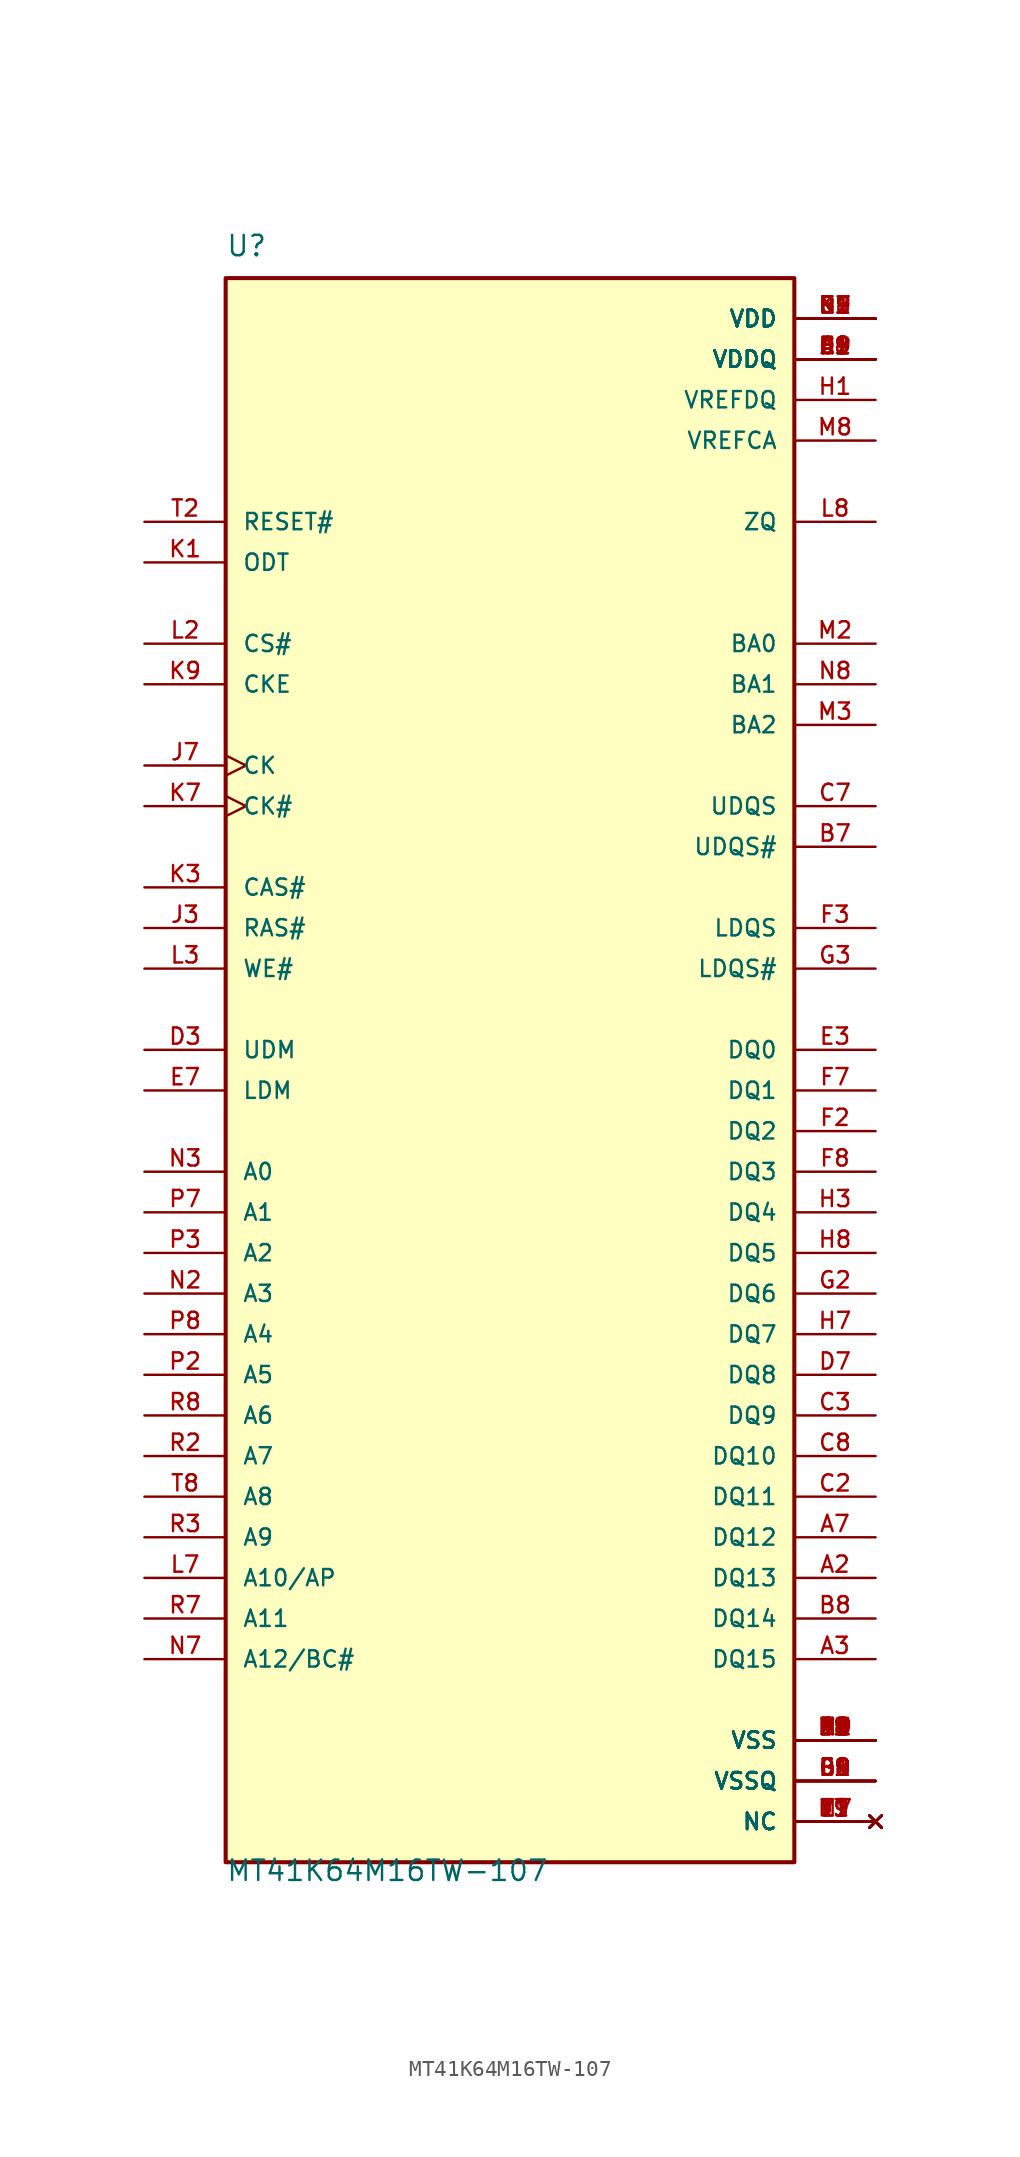
<source format=kicad_sym>
(kicad_symbol_lib
  (version 20220914)
  (generator kicad_symbol_editor)
  (symbol "MT41K64M16TW-107"
    (pin_names
      (offset 1.016))
    (property "Reference" "U"
      (at -17.78 52.07 0)
      (effects (font (size 1.27 1.27)) (justify left bottom)))
    (property "Value" "MT41K64M16TW-107"
      (at -17.78 -49.53 0)
      (effects (font (size 1.27 1.27)) (justify left bottom)))
    (property "ki_locked" ""
      (at 0 0 0)
      (effects (font (size 1.27 1.27))))
    (symbol "MT41K64M16TW-107_0_0"
      (rectangle (start -17.78 -48.26) (end 17.78 50.8) (stroke (width 0.254) (type solid)) (fill (type background)))
      (pin power_in line (at 22.86 45.72 180) (length 5.08) (name "VDDQ" (effects (font (size 1.016 1.016)))) (number "A1" (effects (font (size 1.016 1.016)))))
      (pin bidirectional line (at 22.86 -30.48 180) (length 5.08) (name "DQ13" (effects (font (size 1.016 1.016)))) (number "A2" (effects (font (size 1.016 1.016)))))
      (pin bidirectional line (at 22.86 -35.56 180) (length 5.08) (name "DQ15" (effects (font (size 1.016 1.016)))) (number "A3" (effects (font (size 1.016 1.016)))))
      (pin bidirectional line (at 22.86 -27.94 180) (length 5.08) (name "DQ12" (effects (font (size 1.016 1.016)))) (number "A7" (effects (font (size 1.016 1.016)))))
      (pin power_in line (at 22.86 45.72 180) (length 5.08) (name "VDDQ" (effects (font (size 1.016 1.016)))) (number "A8" (effects (font (size 1.016 1.016)))))
      (pin power_in line (at 22.86 -40.64 180) (length 5.08) (name "VSS" (effects (font (size 1.016 1.016)))) (number "A9" (effects (font (size 1.016 1.016)))))
      (pin power_in line (at 22.86 -43.18 180) (length 5.08) (name "VSSQ" (effects (font (size 1.016 1.016)))) (number "B1" (effects (font (size 1.016 1.016)))))
      (pin power_in line (at 22.86 48.26 180) (length 5.08) (name "VDD" (effects (font (size 1.016 1.016)))) (number "B2" (effects (font (size 1.016 1.016)))))
      (pin power_in line (at 22.86 -40.64 180) (length 5.08) (name "VSS" (effects (font (size 1.016 1.016)))) (number "B3" (effects (font (size 1.016 1.016)))))
      (pin bidirectional line (at 22.86 15.24 180) (length 5.08) (name "UDQS#" (effects (font (size 1.016 1.016)))) (number "B7" (effects (font (size 1.016 1.016)))))
      (pin bidirectional line (at 22.86 -33.02 180) (length 5.08) (name "DQ14" (effects (font (size 1.016 1.016)))) (number "B8" (effects (font (size 1.016 1.016)))))
      (pin power_in line (at 22.86 -43.18 180) (length 5.08) (name "VSSQ" (effects (font (size 1.016 1.016)))) (number "B9" (effects (font (size 1.016 1.016)))))
      (pin power_in line (at 22.86 45.72 180) (length 5.08) (name "VDDQ" (effects (font (size 1.016 1.016)))) (number "C1" (effects (font (size 1.016 1.016)))))
      (pin bidirectional line (at 22.86 -25.4 180) (length 5.08) (name "DQ11" (effects (font (size 1.016 1.016)))) (number "C2" (effects (font (size 1.016 1.016)))))
      (pin bidirectional line (at 22.86 -20.32 180) (length 5.08) (name "DQ9" (effects (font (size 1.016 1.016)))) (number "C3" (effects (font (size 1.016 1.016)))))
      (pin bidirectional line (at 22.86 17.78 180) (length 5.08) (name "UDQS" (effects (font (size 1.016 1.016)))) (number "C7" (effects (font (size 1.016 1.016)))))
      (pin bidirectional line (at 22.86 -22.86 180) (length 5.08) (name "DQ10" (effects (font (size 1.016 1.016)))) (number "C8" (effects (font (size 1.016 1.016)))))
      (pin power_in line (at 22.86 45.72 180) (length 5.08) (name "VDDQ" (effects (font (size 1.016 1.016)))) (number "C9" (effects (font (size 1.016 1.016)))))
      (pin power_in line (at 22.86 -43.18 180) (length 5.08) (name "VSSQ" (effects (font (size 1.016 1.016)))) (number "D1" (effects (font (size 1.016 1.016)))))
      (pin power_in line (at 22.86 45.72 180) (length 5.08) (name "VDDQ" (effects (font (size 1.016 1.016)))) (number "D2" (effects (font (size 1.016 1.016)))))
      (pin input line (at -22.86 2.54 0) (length 5.08) (name "UDM" (effects (font (size 1.016 1.016)))) (number "D3" (effects (font (size 1.016 1.016)))))
      (pin bidirectional line (at 22.86 -17.78 180) (length 5.08) (name "DQ8" (effects (font (size 1.016 1.016)))) (number "D7" (effects (font (size 1.016 1.016)))))
      (pin power_in line (at 22.86 -43.18 180) (length 5.08) (name "VSSQ" (effects (font (size 1.016 1.016)))) (number "D8" (effects (font (size 1.016 1.016)))))
      (pin power_in line (at 22.86 48.26 180) (length 5.08) (name "VDD" (effects (font (size 1.016 1.016)))) (number "D9" (effects (font (size 1.016 1.016)))))
      (pin power_in line (at 22.86 -40.64 180) (length 5.08) (name "VSS" (effects (font (size 1.016 1.016)))) (number "E1" (effects (font (size 1.016 1.016)))))
      (pin power_in line (at 22.86 -43.18 180) (length 5.08) (name "VSSQ" (effects (font (size 1.016 1.016)))) (number "E2" (effects (font (size 1.016 1.016)))))
      (pin bidirectional line (at 22.86 2.54 180) (length 5.08) (name "DQ0" (effects (font (size 1.016 1.016)))) (number "E3" (effects (font (size 1.016 1.016)))))
      (pin input line (at -22.86 0 0) (length 5.08) (name "LDM" (effects (font (size 1.016 1.016)))) (number "E7" (effects (font (size 1.016 1.016)))))
      (pin power_in line (at 22.86 -43.18 180) (length 5.08) (name "VSSQ" (effects (font (size 1.016 1.016)))) (number "E8" (effects (font (size 1.016 1.016)))))
      (pin power_in line (at 22.86 45.72 180) (length 5.08) (name "VDDQ" (effects (font (size 1.016 1.016)))) (number "E9" (effects (font (size 1.016 1.016)))))
      (pin power_in line (at 22.86 45.72 180) (length 5.08) (name "VDDQ" (effects (font (size 1.016 1.016)))) (number "F1" (effects (font (size 1.016 1.016)))))
      (pin bidirectional line (at 22.86 -2.54 180) (length 5.08) (name "DQ2" (effects (font (size 1.016 1.016)))) (number "F2" (effects (font (size 1.016 1.016)))))
      (pin bidirectional line (at 22.86 10.16 180) (length 5.08) (name "LDQS" (effects (font (size 1.016 1.016)))) (number "F3" (effects (font (size 1.016 1.016)))))
      (pin bidirectional line (at 22.86 0 180) (length 5.08) (name "DQ1" (effects (font (size 1.016 1.016)))) (number "F7" (effects (font (size 1.016 1.016)))))
      (pin bidirectional line (at 22.86 -5.08 180) (length 5.08) (name "DQ3" (effects (font (size 1.016 1.016)))) (number "F8" (effects (font (size 1.016 1.016)))))
      (pin power_in line (at 22.86 -43.18 180) (length 5.08) (name "VSSQ" (effects (font (size 1.016 1.016)))) (number "F9" (effects (font (size 1.016 1.016)))))
      (pin power_in line (at 22.86 -43.18 180) (length 5.08) (name "VSSQ" (effects (font (size 1.016 1.016)))) (number "G1" (effects (font (size 1.016 1.016)))))
      (pin bidirectional line (at 22.86 -12.7 180) (length 5.08) (name "DQ6" (effects (font (size 1.016 1.016)))) (number "G2" (effects (font (size 1.016 1.016)))))
      (pin bidirectional line (at 22.86 7.62 180) (length 5.08) (name "LDQS#" (effects (font (size 1.016 1.016)))) (number "G3" (effects (font (size 1.016 1.016)))))
      (pin power_in line (at 22.86 48.26 180) (length 5.08) (name "VDD" (effects (font (size 1.016 1.016)))) (number "G7" (effects (font (size 1.016 1.016)))))
      (pin power_in line (at 22.86 -40.64 180) (length 5.08) (name "VSS" (effects (font (size 1.016 1.016)))) (number "G8" (effects (font (size 1.016 1.016)))))
      (pin power_in line (at 22.86 -43.18 180) (length 5.08) (name "VSSQ" (effects (font (size 1.016 1.016)))) (number "G9" (effects (font (size 1.016 1.016)))))
      (pin power_in line (at 22.86 43.18 180) (length 5.08) (name "VREFDQ" (effects (font (size 1.016 1.016)))) (number "H1" (effects (font (size 1.016 1.016)))))
      (pin power_in line (at 22.86 45.72 180) (length 5.08) (name "VDDQ" (effects (font (size 1.016 1.016)))) (number "H2" (effects (font (size 1.016 1.016)))))
      (pin bidirectional line (at 22.86 -7.62 180) (length 5.08) (name "DQ4" (effects (font (size 1.016 1.016)))) (number "H3" (effects (font (size 1.016 1.016)))))
      (pin bidirectional line (at 22.86 -15.24 180) (length 5.08) (name "DQ7" (effects (font (size 1.016 1.016)))) (number "H7" (effects (font (size 1.016 1.016)))))
      (pin bidirectional line (at 22.86 -10.16 180) (length 5.08) (name "DQ5" (effects (font (size 1.016 1.016)))) (number "H8" (effects (font (size 1.016 1.016)))))
      (pin power_in line (at 22.86 45.72 180) (length 5.08) (name "VDDQ" (effects (font (size 1.016 1.016)))) (number "H9" (effects (font (size 1.016 1.016)))))
      (pin no_connect line (at 22.86 -45.72 180) (length 5.08) (name "NC" (effects (font (size 1.016 1.016)))) (number "J1" (effects (font (size 1.016 1.016)))))
      (pin power_in line (at 22.86 -40.64 180) (length 5.08) (name "VSS" (effects (font (size 1.016 1.016)))) (number "J2" (effects (font (size 1.016 1.016)))))
      (pin input line (at -22.86 10.16 0) (length 5.08) (name "RAS#" (effects (font (size 1.016 1.016)))) (number "J3" (effects (font (size 1.016 1.016)))))
      (pin input clock (at -22.86 20.32 0) (length 5.08) (name "CK" (effects (font (size 1.016 1.016)))) (number "J7" (effects (font (size 1.016 1.016)))))
      (pin power_in line (at 22.86 -40.64 180) (length 5.08) (name "VSS" (effects (font (size 1.016 1.016)))) (number "J8" (effects (font (size 1.016 1.016)))))
      (pin no_connect line (at 22.86 -45.72 180) (length 5.08) (name "NC" (effects (font (size 1.016 1.016)))) (number "J9" (effects (font (size 1.016 1.016)))))
      (pin input line (at -22.86 33.02 0) (length 5.08) (name "ODT" (effects (font (size 1.016 1.016)))) (number "K1" (effects (font (size 1.016 1.016)))))
      (pin power_in line (at 22.86 48.26 180) (length 5.08) (name "VDD" (effects (font (size 1.016 1.016)))) (number "K2" (effects (font (size 1.016 1.016)))))
      (pin input line (at -22.86 12.7 0) (length 5.08) (name "CAS#" (effects (font (size 1.016 1.016)))) (number "K3" (effects (font (size 1.016 1.016)))))
      (pin input clock (at -22.86 17.78 0) (length 5.08) (name "CK#" (effects (font (size 1.016 1.016)))) (number "K7" (effects (font (size 1.016 1.016)))))
      (pin power_in line (at 22.86 48.26 180) (length 5.08) (name "VDD" (effects (font (size 1.016 1.016)))) (number "K8" (effects (font (size 1.016 1.016)))))
      (pin input line (at -22.86 25.4 0) (length 5.08) (name "CKE" (effects (font (size 1.016 1.016)))) (number "K9" (effects (font (size 1.016 1.016)))))
      (pin no_connect line (at 22.86 -45.72 180) (length 5.08) (name "NC" (effects (font (size 1.016 1.016)))) (number "L1" (effects (font (size 1.016 1.016)))))
      (pin input line (at -22.86 27.94 0) (length 5.08) (name "CS#" (effects (font (size 1.016 1.016)))) (number "L2" (effects (font (size 1.016 1.016)))))
      (pin input line (at -22.86 7.62 0) (length 5.08) (name "WE#" (effects (font (size 1.016 1.016)))) (number "L3" (effects (font (size 1.016 1.016)))))
      (pin input line (at -22.86 -30.48 0) (length 5.08) (name "A10/AP" (effects (font (size 1.016 1.016)))) (number "L7" (effects (font (size 1.016 1.016)))))
      (pin output line (at 22.86 35.56 180) (length 5.08) (name "ZQ" (effects (font (size 1.016 1.016)))) (number "L8" (effects (font (size 1.016 1.016)))))
      (pin no_connect line (at 22.86 -45.72 180) (length 5.08) (name "NC" (effects (font (size 1.016 1.016)))) (number "L9" (effects (font (size 1.016 1.016)))))
      (pin power_in line (at 22.86 -40.64 180) (length 5.08) (name "VSS" (effects (font (size 1.016 1.016)))) (number "M1" (effects (font (size 1.016 1.016)))))
      (pin input line (at 22.86 27.94 180) (length 5.08) (name "BA0" (effects (font (size 1.016 1.016)))) (number "M2" (effects (font (size 1.016 1.016)))))
      (pin input line (at 22.86 22.86 180) (length 5.08) (name "BA2" (effects (font (size 1.016 1.016)))) (number "M3" (effects (font (size 1.016 1.016)))))
      (pin no_connect line (at 22.86 -45.72 180) (length 5.08) (name "NC" (effects (font (size 1.016 1.016)))) (number "M7" (effects (font (size 1.016 1.016)))))
      (pin power_in line (at 22.86 40.64 180) (length 5.08) (name "VREFCA" (effects (font (size 1.016 1.016)))) (number "M8" (effects (font (size 1.016 1.016)))))
      (pin power_in line (at 22.86 -40.64 180) (length 5.08) (name "VSS" (effects (font (size 1.016 1.016)))) (number "M9" (effects (font (size 1.016 1.016)))))
      (pin power_in line (at 22.86 48.26 180) (length 5.08) (name "VDD" (effects (font (size 1.016 1.016)))) (number "N1" (effects (font (size 1.016 1.016)))))
      (pin input line (at -22.86 -12.7 0) (length 5.08) (name "A3" (effects (font (size 1.016 1.016)))) (number "N2" (effects (font (size 1.016 1.016)))))
      (pin input line (at -22.86 -5.08 0) (length 5.08) (name "A0" (effects (font (size 1.016 1.016)))) (number "N3" (effects (font (size 1.016 1.016)))))
      (pin input line (at -22.86 -35.56 0) (length 5.08) (name "A12/BC#" (effects (font (size 1.016 1.016)))) (number "N7" (effects (font (size 1.016 1.016)))))
      (pin input line (at 22.86 25.4 180) (length 5.08) (name "BA1" (effects (font (size 1.016 1.016)))) (number "N8" (effects (font (size 1.016 1.016)))))
      (pin power_in line (at 22.86 48.26 180) (length 5.08) (name "VDD" (effects (font (size 1.016 1.016)))) (number "N9" (effects (font (size 1.016 1.016)))))
      (pin power_in line (at 22.86 -40.64 180) (length 5.08) (name "VSS" (effects (font (size 1.016 1.016)))) (number "P1" (effects (font (size 1.016 1.016)))))
      (pin input line (at -22.86 -17.78 0) (length 5.08) (name "A5" (effects (font (size 1.016 1.016)))) (number "P2" (effects (font (size 1.016 1.016)))))
      (pin input line (at -22.86 -10.16 0) (length 5.08) (name "A2" (effects (font (size 1.016 1.016)))) (number "P3" (effects (font (size 1.016 1.016)))))
      (pin input line (at -22.86 -7.62 0) (length 5.08) (name "A1" (effects (font (size 1.016 1.016)))) (number "P7" (effects (font (size 1.016 1.016)))))
      (pin input line (at -22.86 -15.24 0) (length 5.08) (name "A4" (effects (font (size 1.016 1.016)))) (number "P8" (effects (font (size 1.016 1.016)))))
      (pin power_in line (at 22.86 -40.64 180) (length 5.08) (name "VSS" (effects (font (size 1.016 1.016)))) (number "P9" (effects (font (size 1.016 1.016)))))
      (pin power_in line (at 22.86 48.26 180) (length 5.08) (name "VDD" (effects (font (size 1.016 1.016)))) (number "R1" (effects (font (size 1.016 1.016)))))
      (pin input line (at -22.86 -22.86 0) (length 5.08) (name "A7" (effects (font (size 1.016 1.016)))) (number "R2" (effects (font (size 1.016 1.016)))))
      (pin input line (at -22.86 -27.94 0) (length 5.08) (name "A9" (effects (font (size 1.016 1.016)))) (number "R3" (effects (font (size 1.016 1.016)))))
      (pin input line (at -22.86 -33.02 0) (length 5.08) (name "A11" (effects (font (size 1.016 1.016)))) (number "R7" (effects (font (size 1.016 1.016)))))
      (pin input line (at -22.86 -20.32 0) (length 5.08) (name "A6" (effects (font (size 1.016 1.016)))) (number "R8" (effects (font (size 1.016 1.016)))))
      (pin power_in line (at 22.86 48.26 180) (length 5.08) (name "VDD" (effects (font (size 1.016 1.016)))) (number "R9" (effects (font (size 1.016 1.016)))))
      (pin power_in line (at 22.86 -40.64 180) (length 5.08) (name "VSS" (effects (font (size 1.016 1.016)))) (number "T1" (effects (font (size 1.016 1.016)))))
      (pin input line (at -22.86 35.56 0) (length 5.08) (name "RESET#" (effects (font (size 1.016 1.016)))) (number "T2" (effects (font (size 1.016 1.016)))))
      (pin no_connect line (at 22.86 -45.72 180) (length 5.08) (name "NC" (effects (font (size 1.016 1.016)))) (number "T3" (effects (font (size 1.016 1.016)))))
      (pin no_connect line (at 22.86 -45.72 180) (length 5.08) (name "NC" (effects (font (size 1.016 1.016)))) (number "T7" (effects (font (size 1.016 1.016)))))
      (pin input line (at -22.86 -25.4 0) (length 5.08) (name "A8" (effects (font (size 1.016 1.016)))) (number "T8" (effects (font (size 1.016 1.016)))))
      (pin power_in line (at 22.86 -40.64 180) (length 5.08) (name "VSS" (effects (font (size 1.016 1.016)))) (number "T9" (effects (font (size 1.016 1.016))))))))
</source>
